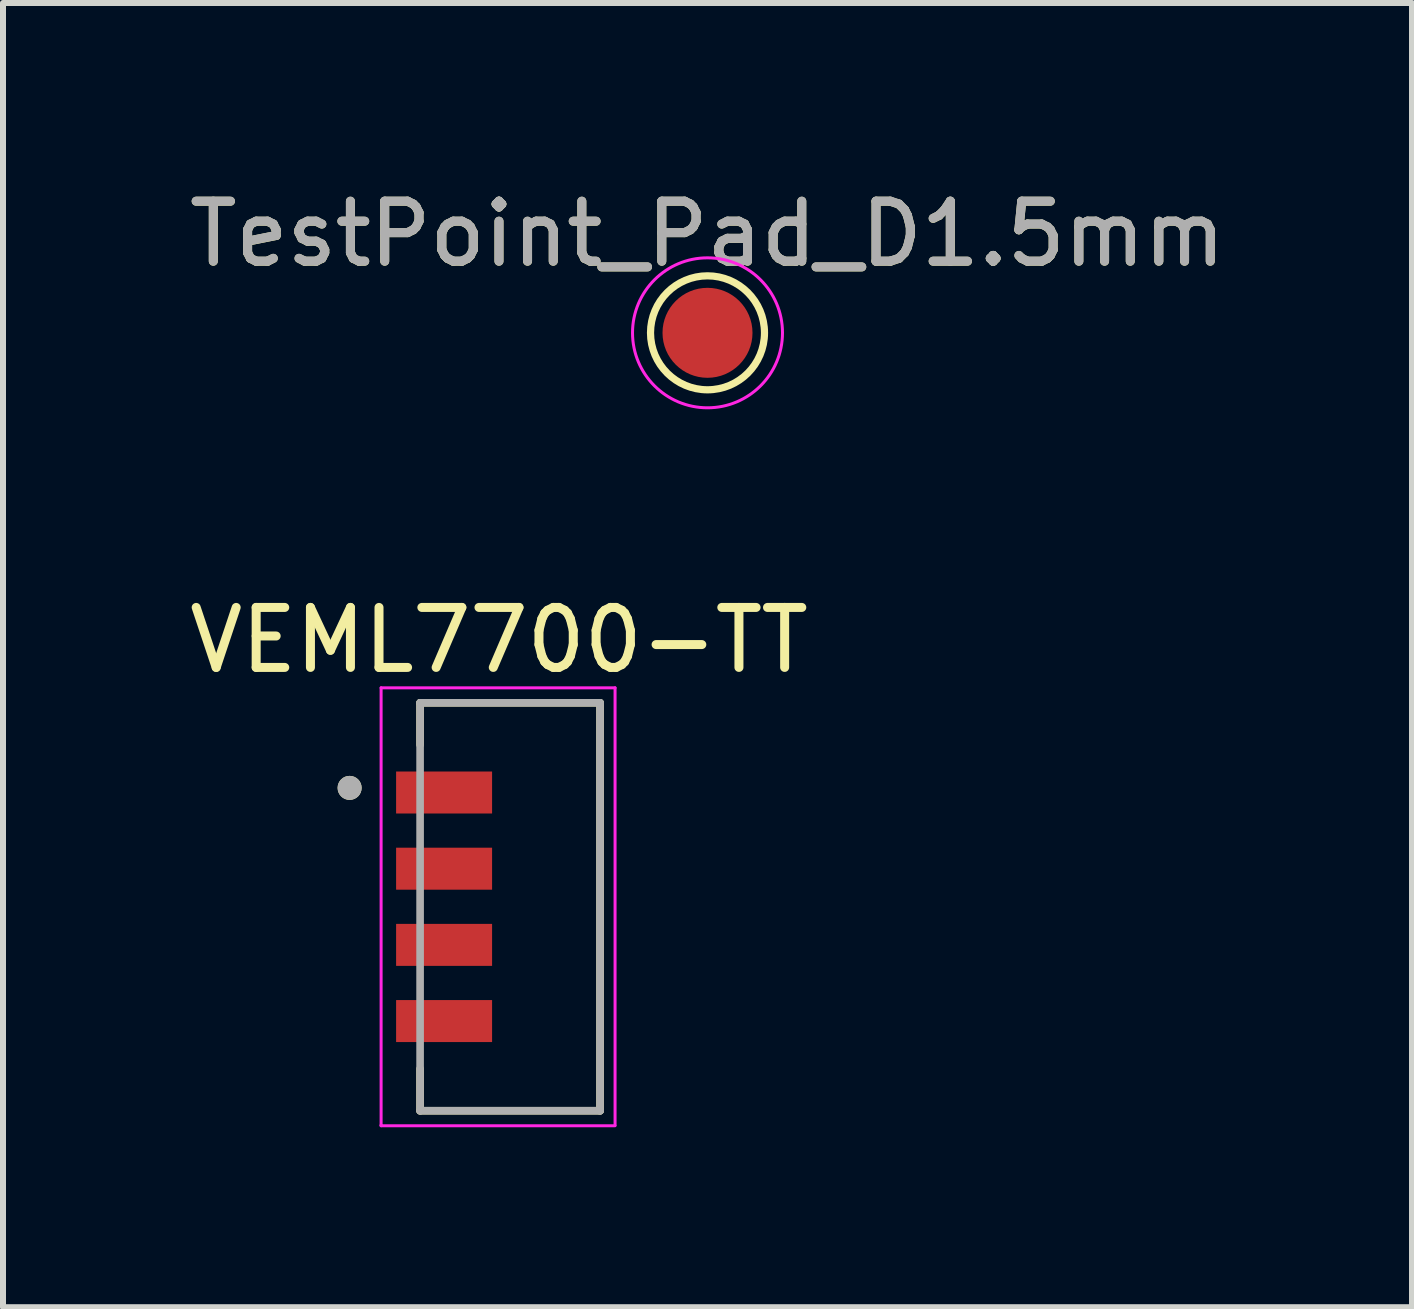
<source format=kicad_pcb>
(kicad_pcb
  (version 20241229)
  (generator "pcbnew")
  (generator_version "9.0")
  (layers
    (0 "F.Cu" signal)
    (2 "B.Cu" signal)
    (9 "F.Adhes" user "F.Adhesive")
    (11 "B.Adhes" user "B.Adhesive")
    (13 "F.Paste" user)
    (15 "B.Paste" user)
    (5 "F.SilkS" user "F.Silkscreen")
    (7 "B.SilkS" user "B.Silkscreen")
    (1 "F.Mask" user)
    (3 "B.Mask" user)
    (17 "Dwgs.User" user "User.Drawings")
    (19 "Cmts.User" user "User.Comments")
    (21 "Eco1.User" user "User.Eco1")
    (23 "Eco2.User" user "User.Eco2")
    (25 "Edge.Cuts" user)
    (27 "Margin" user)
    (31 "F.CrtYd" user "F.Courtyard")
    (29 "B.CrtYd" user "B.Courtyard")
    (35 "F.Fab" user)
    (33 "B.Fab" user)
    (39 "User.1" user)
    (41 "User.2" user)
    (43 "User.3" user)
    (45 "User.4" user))
  (footprint "VEML7700-TT"
    (layer "F.Cu")
    (at 5.903 12.066)
    (property "Reference" "VEML7700-TT" (at -0.635 -4.445 0) (layer "F.SilkS") (effects (font (size 1 1) (thickness 0.15))))
    (attr smd)
    (fp_line (start -1.95 -3.4) (end -1.95 -2.7) (stroke (width 0.127) (type solid)) (layer "F.SilkS"))
    (fp_line (start -1.95 -3.4) (end 1.05 -3.4) (stroke (width 0.127) (type solid)) (layer "F.SilkS"))
    (fp_line (start -1.95 3.4) (end -1.95 2.7) (stroke (width 0.127) (type solid)) (layer "F.SilkS"))
    (fp_line (start 1.05 -3.4) (end 1.05 3.4) (stroke (width 0.127) (type solid)) (layer "F.SilkS"))
    (fp_line (start 1.05 3.4) (end -1.95 3.4) (stroke (width 0.127) (type solid)) (layer "F.SilkS"))
    (fp_circle (center -3.125 -1.982) (end -3.025 -1.982) (stroke (width 0.2) (type solid)) (fill no) (layer "F.SilkS"))
    (fp_line (start -2.6 -3.65) (end -2.6 3.639) (stroke (width 0.05) (type solid)) (layer "F.CrtYd"))
    (fp_line (start -2.6 -3.65) (end 1.3 -3.65) (stroke (width 0.05) (type solid)) (layer "F.CrtYd"))
    (fp_line (start -2.6 3.65) (end -2.6 3.639) (stroke (width 0.05) (type solid)) (layer "F.CrtYd"))
    (fp_line (start -2.6 3.65) (end 1.3 3.65) (stroke (width 0.05) (type solid)) (layer "F.CrtYd"))
    (fp_line (start 1.3 3.638) (end 1.3 -3.65) (stroke (width 0.05) (type solid)) (layer "F.CrtYd"))
    (fp_line (start -1.95 -3.4) (end -1.95 3.4) (stroke (width 0.127) (type solid)) (layer "F.Fab"))
    (fp_line (start -1.95 -3.4) (end 1.05 -3.4) (stroke (width 0.127) (type solid)) (layer "F.Fab"))
    (fp_line (start -1.95 3.4) (end 1.05 3.4) (stroke (width 0.127) (type solid)) (layer "F.Fab"))
    (fp_line (start 1.05 3.4) (end 1.05 -3.4) (stroke (width 0.127) (type solid)) (layer "F.Fab"))
    (fp_circle (center -3.125 -1.982) (end -3.025 -1.982) (stroke (width 0.2) (type solid)) (fill no) (layer "F.Fab"))
    (pad "1" smd rect (at -1.55 -1.905) (size 1.6 0.7) (layers "F.Cu" "F.Mask" "F.Paste"))
    (pad "2" smd rect (at -1.55 -0.635) (size 1.6 0.7) (layers "F.Cu" "F.Mask" "F.Paste"))
    (pad "3" smd rect (at -1.55 0.635) (size 1.6 0.7) (layers "F.Cu" "F.Mask" "F.Paste"))
    (pad "4" smd rect (at -1.55 1.905) (size 1.6 0.7) (layers "F.Cu" "F.Mask" "F.Paste")))
  (footprint "TestPoint_Pad_D1.5mm"
    (layer "F.Cu")
    (at 8.744 2.498)
    (property "Reference" "TestPoint_Pad_D1.5mm" (at 0 -1.648 0) (layer "F.SilkS") (effects (font (size 1 1) (thickness 0.15))))
    (attr smd exclude_from_pos_files exclude_from_bom)
    (fp_circle (center 0 0) (end 0 0.95) (stroke (width 0.12) (type solid)) (fill no) (layer "F.SilkS"))
    (fp_circle (center 0 0) (end 1.25 0) (stroke (width 0.05) (type solid)) (fill no) (layer "F.CrtYd"))
    (fp_text user "${REFERENCE}" (at 0 -1.65 0) (layer "F.Fab") (effects (font (size 1 1) (thickness 0.15))))
    (pad "1" smd circle (at 0 0) (size 1.5 1.5) (layers "F.Cu" "F.Mask")))
  (gr_rect
    (start -3 -3)
    (end 20.488 18.741)
    (stroke (width 0.1) (type default))
    (fill no)
    (layer "Edge.Cuts")))
</source>
